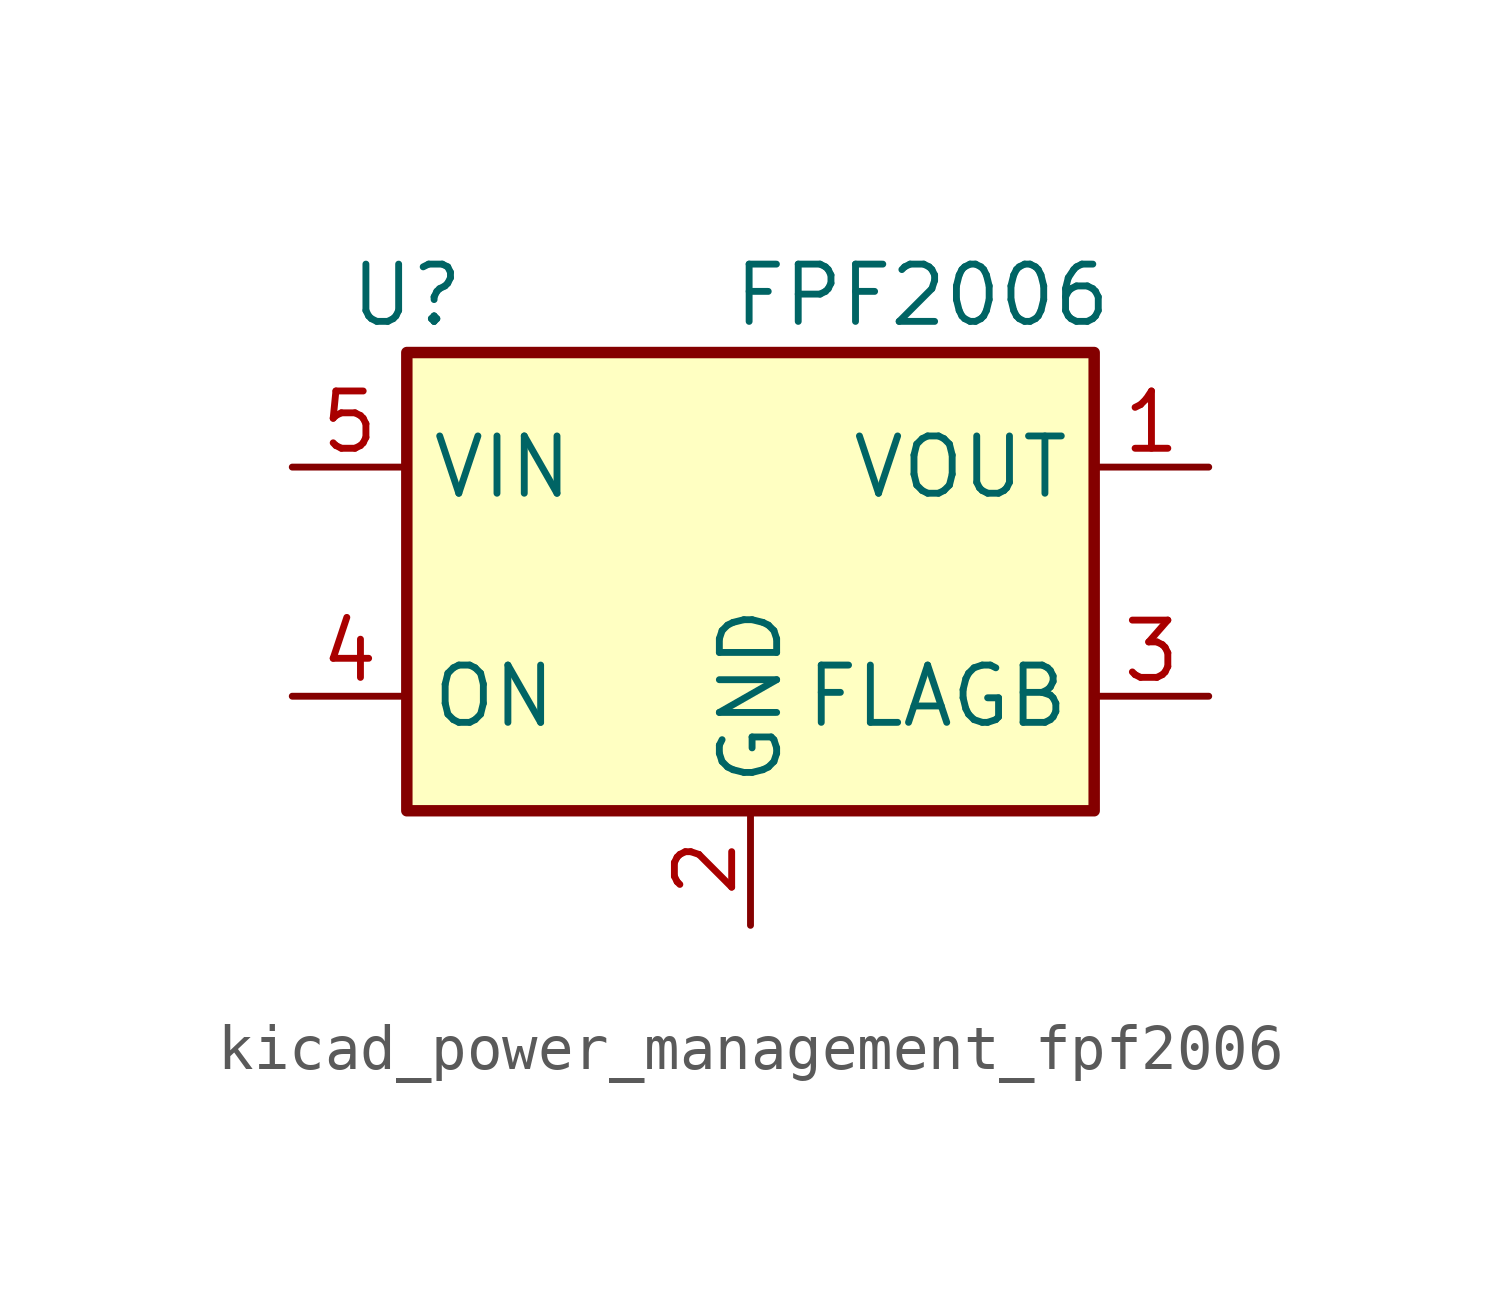
<source format=kicad_sym>
(kicad_symbol_lib
  (version 20220914)
  (generator kicad_symbol_editor)
  (symbol "kicad_power_management_fpf2006"
    (property "Reference" "U"
      (at -7.62 6.35 0)
      (effects (font (size 1.27 1.27))))
    (property "Value" "FPF2006"
      (at 3.81 6.35 0)
      (effects (font (size 1.27 1.27))))
    (symbol "kicad_power_management_fpf2006_0_1"
      (rectangle (start -7.62 5.08) (end 7.62 -5.08) (stroke (width 0.254) (type default)) (fill (type background))))
    (symbol "kicad_power_management_fpf2006_1_1"
      (pin power_out line (at 10.16 2.54 180) (length 2.54) (name "VOUT" (effects (font (size 1.27 1.27)))) (number "1" (effects (font (size 1.27 1.27)))))
      (pin power_in line (at 0 -7.62 90) (length 2.54) (name "GND" (effects (font (size 1.27 1.27)))) (number "2" (effects (font (size 1.27 1.27)))))
      (pin open_collector line (at 10.16 -2.54 180) (length 2.54) (name "FLAGB" (effects (font (size 1.27 1.27)))) (number "3" (effects (font (size 1.27 1.27)))))
      (pin input line (at -10.16 -2.54 0) (length 2.54) (name "ON" (effects (font (size 1.27 1.27)))) (number "4" (effects (font (size 1.27 1.27)))))
      (pin power_in line (at -10.16 2.54 0) (length 2.54) (name "VIN" (effects (font (size 1.27 1.27)))) (number "5" (effects (font (size 1.27 1.27))))))))
</source>
